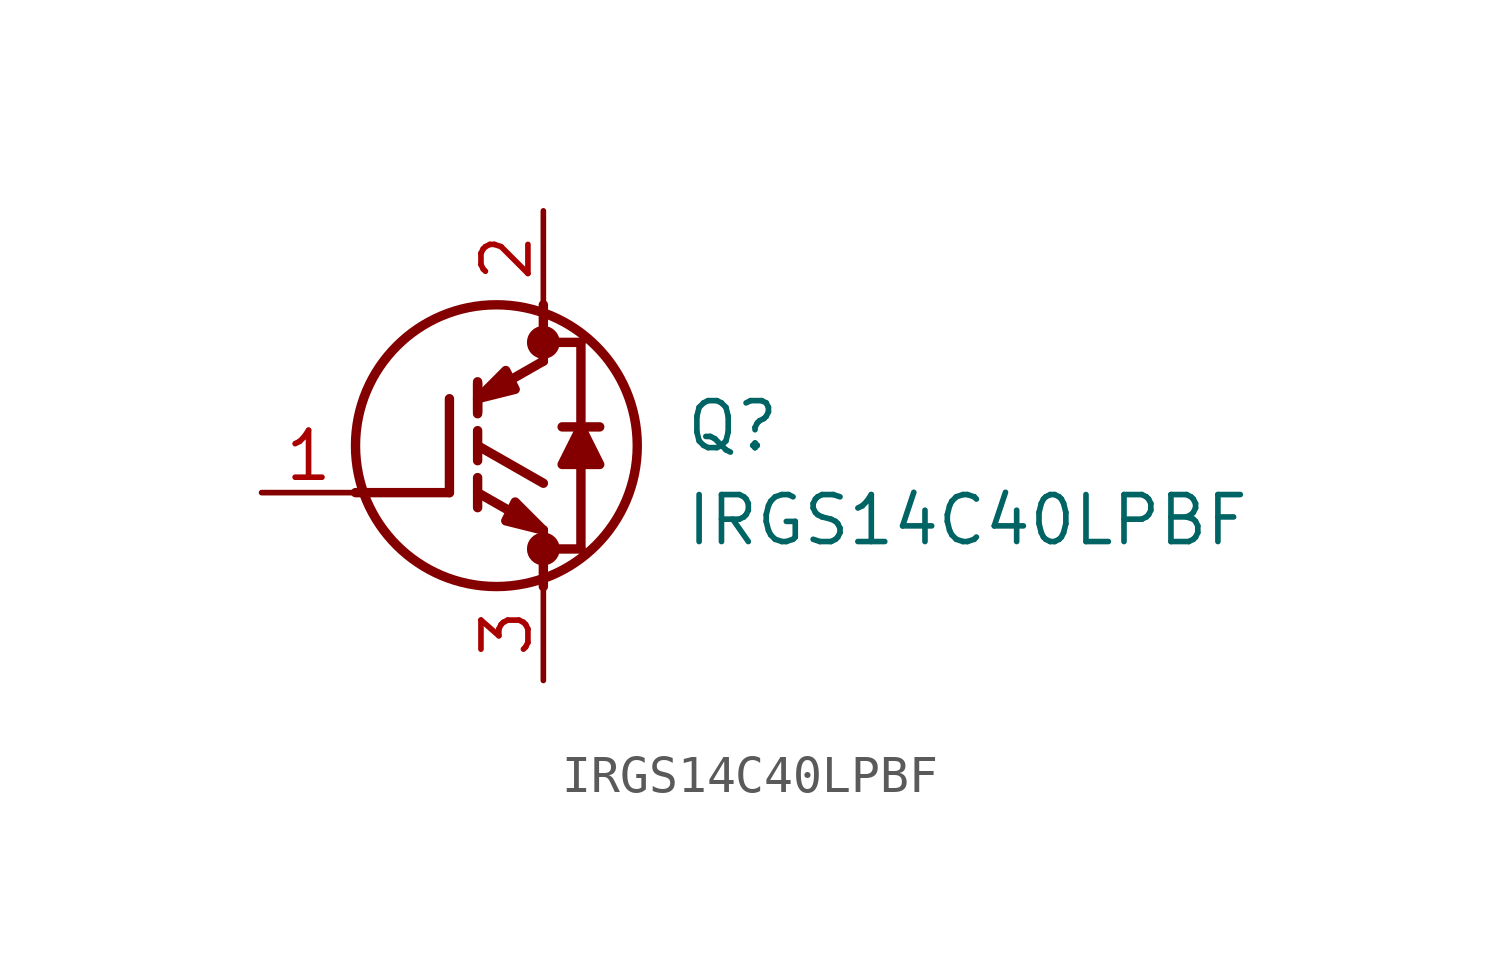
<source format=kicad_sym>
(kicad_symbol_lib
  (version 20211014)
  (generator SamacSys_ECAD_Model)
  (symbol "IRGS14C40LPBF"
    (pin_names hide)
    (property "Reference" "Q"
      (at 11.43 2.54 0)
      (effects (font (size 1.27 1.27)) (justify left top)))
    (property "Value" "IRGS14C40LPBF"
      (at 11.43 0 0)
      (effects (font (size 1.27 1.27)) (justify left top)))
    (polyline
      (pts (xy 7.62 -1.016) (xy 7.62 -2.54))
      (stroke (width 0.254) (type default))
      (fill (type none)))
    (polyline
      (pts (xy 7.62 3.556) (xy 7.62 5.08))
      (stroke (width 0.254) (type default))
      (fill (type none)))
    (polyline
      (pts (xy 2.54 0) (xy 5.08 0))
      (stroke (width 0.254) (type default))
      (fill (type none)))
    (polyline
      (pts (xy 5.08 2.54) (xy 5.08 0))
      (stroke (width 0.254) (type default))
      (fill (type none)))
    (polyline
      (pts (xy 5.842 -0.406) (xy 5.842 0.406))
      (stroke (width 0.254) (type default))
      (fill (type none)))
    (polyline
      (pts (xy 8.128 1.778) (xy 9.144 1.778))
      (stroke (width 0.254) (type default))
      (fill (type none)))
    (polyline
      (pts (xy 5.842 0) (xy 7.62 -1.016))
      (stroke (width 0.254) (type default))
      (fill (type none)))
    (polyline
      (pts (xy 7.62 3.556) (xy 5.842 2.54))
      (stroke (width 0.254) (type default))
      (fill (type none)))
    (polyline
      (pts (xy 5.842 1.27) (xy 7.62 0.254))
      (stroke (width 0.254) (type default))
      (fill (type none)))
    (polyline
      (pts (xy 8.636 1.778) (xy 8.636 4.064))
      (stroke (width 0.254) (type default))
      (fill (type none)))
    (polyline
      (pts (xy 7.62 4.064) (xy 8.636 4.064))
      (stroke (width 0.254) (type default))
      (fill (type none)))
    (polyline
      (pts (xy 8.636 0.762) (xy 8.636 -1.524))
      (stroke (width 0.254) (type default))
      (fill (type none)))
    (polyline
      (pts (xy 7.62 -1.524) (xy 8.636 -1.524))
      (stroke (width 0.254) (type default))
      (fill (type none)))
    (polyline
      (pts (xy 5.842 0.864) (xy 5.842 1.676))
      (stroke (width 0.254) (type default))
      (fill (type none)))
    (polyline
      (pts (xy 5.842 2.184) (xy 5.842 2.997))
      (stroke (width 0.254) (type default))
      (fill (type none)))
    (polyline
      (pts (xy 5.842 2.134) (xy 5.842 2.946))
      (stroke (width 0.254) (type default))
      (fill (type none)))
    (circle
      (center 6.35 1.27)
      (radius 3.81)
      (stroke (width 0.254) (type default))
      (fill (type none)))
    (circle
      (center 7.62 4.064)
      (radius 0.254)
      (stroke (width 0.381) (type default))
      (fill (type none)))
    (circle
      (center 7.62 -1.524)
      (radius 0.254)
      (stroke (width 0.381) (type default))
      (fill (type none)))
    (polyline
      (pts (xy 8.636 1.778) (xy 8.128 0.762) (xy 9.144 0.762) (xy 8.636 1.778))
      (stroke (width 0.254) (type default))
      (fill (type outline)))
    (polyline
      (pts (xy 6.604 -0.762) (xy 6.858 -0.254) (xy 7.62 -1.016) (xy 6.604 -0.762))
      (stroke (width 0.254) (type default))
      (fill (type outline)))
    (polyline
      (pts (xy 6.858 2.794) (xy 6.604 3.302) (xy 5.842 2.54) (xy 6.858 2.794))
      (stroke (width 0.254) (type default))
      (fill (type outline)))
    (pin passive line
      (at 0 0 0)
      (length 2.54)
      (name "G" (effects (font (size 1.27 1.27))))
      (number "1" (effects (font (size 1.27 1.27)))))
    (pin passive line
      (at 7.62 7.62 270)
      (length 2.54)
      (name "C" (effects (font (size 1.27 1.27))))
      (number "2" (effects (font (size 1.27 1.27)))))
    (pin passive line
      (at 7.62 -5.08 90)
      (length 2.54)
      (name "E" (effects (font (size 1.27 1.27))))
      (number "3" (effects (font (size 1.27 1.27)))))))
</source>
